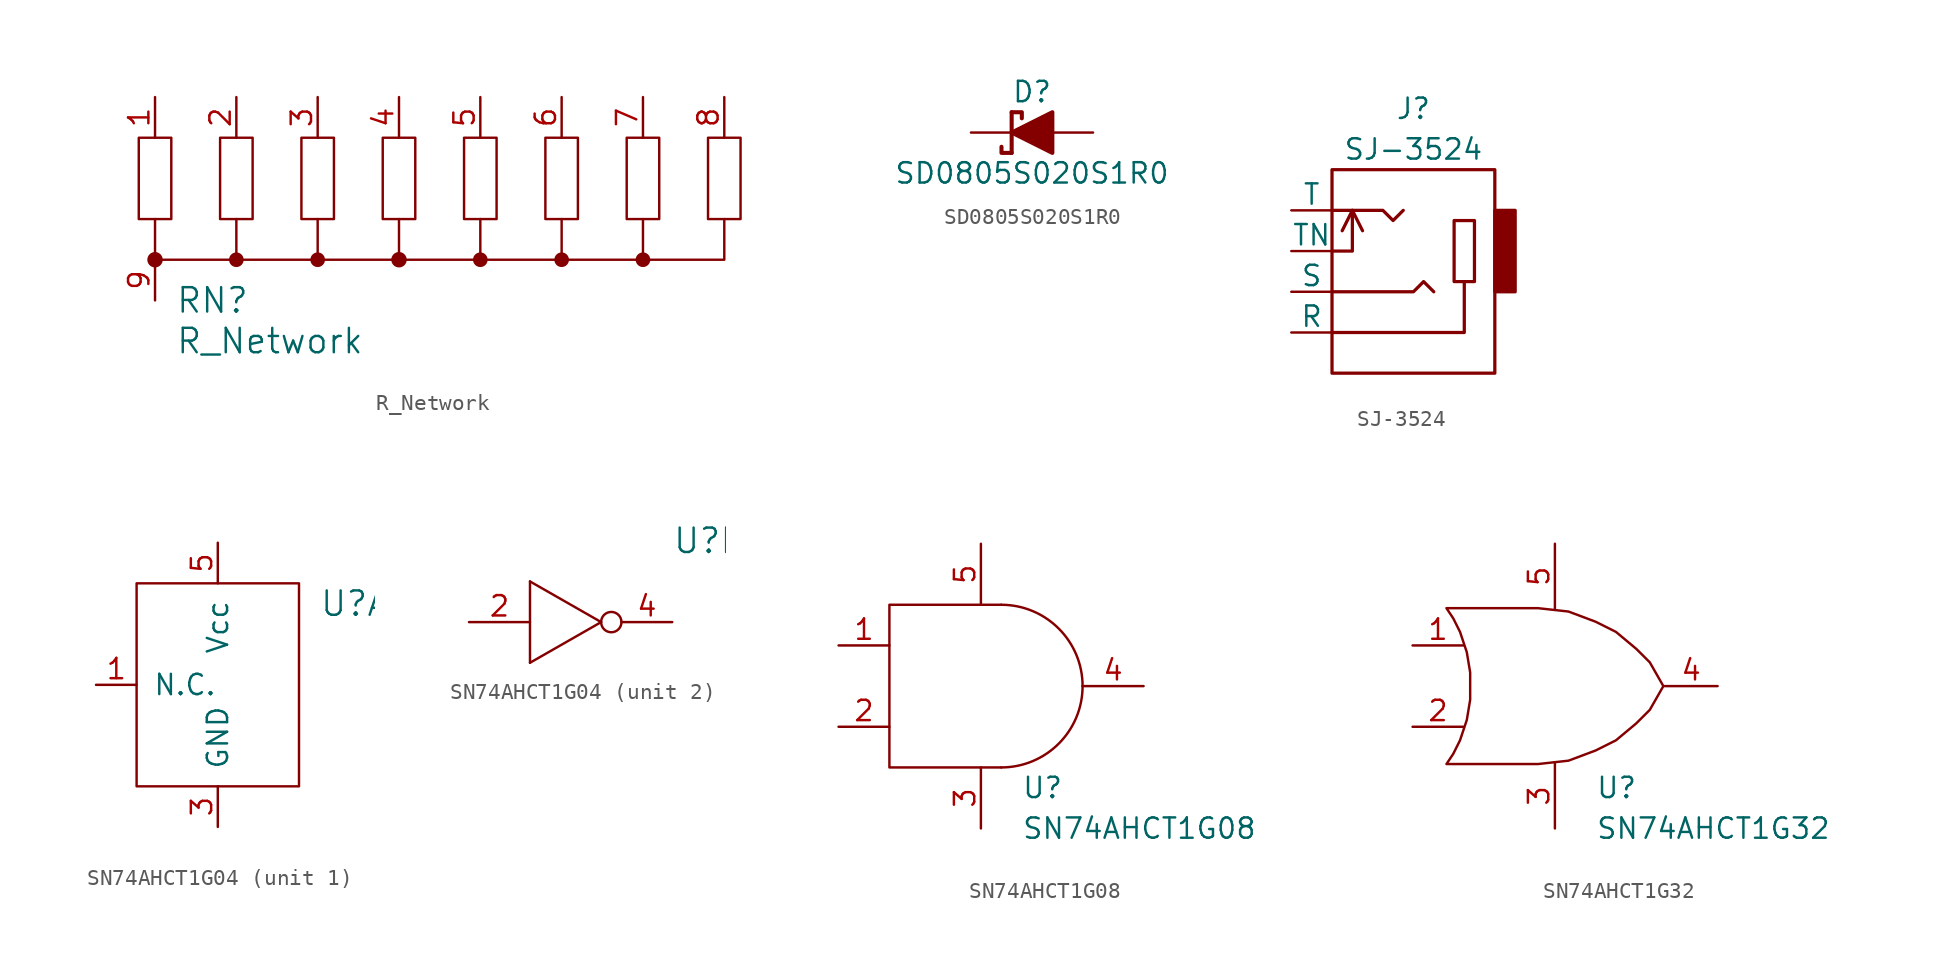
<source format=kicad_sym>
(kicad_symbol_lib
  (version 20231120)
  (generator "kicad_symbol_editor")
  (generator_version "8.0")
  (symbol "R_Network"
    (pin_names
      (offset 1.016))
    (property "Reference" "RN"
      (at -16.51 -7.62 0)
      (effects (font (size 1.524 1.524)) (justify left)))
    (property "Value" "R_Network"
      (at -16.51 -10.16 0)
      (effects (font (size 1.524 1.524)) (justify left)))
    (symbol "R_Network_0_1"
      (rectangle (start -18.796 2.54) (end -16.764 -2.54) (stroke (width 0) (type default)) (fill (type none)))
      (circle (center -17.78 -5.08) (radius 0.406) (stroke (width 0) (type default)) (fill (type outline)))
      (circle (center -12.7 -5.08) (radius 0.381) (stroke (width 0) (type default)) (fill (type outline)))
      (rectangle (start -11.684 2.54) (end -13.716 -2.54) (stroke (width 0) (type default)) (fill (type none)))
      (rectangle (start -8.636 2.54) (end -6.604 -2.54) (stroke (width 0) (type default)) (fill (type none)))
      (circle (center -7.62 -5.08) (radius 0.381) (stroke (width 0) (type default)) (fill (type outline)))
      (rectangle (start -3.556 2.54) (end -1.524 -2.54) (stroke (width 0) (type default)) (fill (type none)))
      (circle (center -2.54 -5.08) (radius 0.406) (stroke (width 0) (type default)) (fill (type outline)))
      (polyline (pts (xy -12.7 -2.54) (xy -12.7 -5.08)) (stroke (width 0) (type default)) (fill (type none)))
      (polyline (pts (xy -7.62 -2.54) (xy -7.62 -5.08)) (stroke (width 0) (type default)) (fill (type none)))
      (polyline (pts (xy -2.54 -2.54) (xy -2.54 -5.08)) (stroke (width 0) (type default)) (fill (type none)))
      (polyline (pts (xy 2.54 -2.54) (xy 2.54 -5.08)) (stroke (width 0) (type default)) (fill (type none)))
      (polyline (pts (xy 7.62 -2.54) (xy 7.62 -5.08)) (stroke (width 0) (type default)) (fill (type none)))
      (polyline (pts (xy 12.7 -2.54) (xy 12.7 -5.08)) (stroke (width 0) (type default)) (fill (type none)))
      (polyline (pts (xy 17.78 -2.54) (xy 17.78 -5.08) (xy -17.78 -5.08) (xy -17.78 -2.54)) (stroke (width 0) (type default)) (fill (type none)))
      (rectangle (start 1.524 2.54) (end 3.556 -2.54) (stroke (width 0) (type default)) (fill (type none)))
      (circle (center 2.54 -5.08) (radius 0.381) (stroke (width 0) (type default)) (fill (type outline)))
      (rectangle (start 6.604 2.54) (end 8.636 -2.54) (stroke (width 0) (type default)) (fill (type none)))
      (circle (center 7.62 -5.08) (radius 0.381) (stroke (width 0) (type default)) (fill (type outline)))
      (rectangle (start 11.684 2.54) (end 13.716 -2.54) (stroke (width 0) (type default)) (fill (type none)))
      (circle (center 12.7 -5.08) (radius 0.381) (stroke (width 0) (type default)) (fill (type outline)))
      (rectangle (start 16.764 2.54) (end 18.796 -2.54) (stroke (width 0) (type default)) (fill (type none))))
    (symbol "R_Network_1_1"
      (pin input line (at -17.78 5.08 270) (length 2.54) (name "~" (effects (font (size 1.27 1.27)))) (number "1" (effects (font (size 1.27 1.27)))))
      (pin input line (at -12.7 5.08 270) (length 2.54) (name "~" (effects (font (size 1.27 1.27)))) (number "2" (effects (font (size 1.27 1.27)))))
      (pin input line (at -7.62 5.08 270) (length 2.54) (name "~" (effects (font (size 1.27 1.27)))) (number "3" (effects (font (size 1.27 1.27)))))
      (pin input line (at -2.54 5.08 270) (length 2.54) (name "~" (effects (font (size 1.27 1.27)))) (number "4" (effects (font (size 1.27 1.27)))))
      (pin input line (at 2.54 5.08 270) (length 2.54) (name "~" (effects (font (size 1.27 1.27)))) (number "5" (effects (font (size 1.27 1.27)))))
      (pin input line (at 7.62 5.08 270) (length 2.54) (name "~" (effects (font (size 1.27 1.27)))) (number "6" (effects (font (size 1.27 1.27)))))
      (pin input line (at 12.7 5.08 270) (length 2.54) (name "~" (effects (font (size 1.27 1.27)))) (number "7" (effects (font (size 1.27 1.27)))))
      (pin input line (at 17.78 5.08 270) (length 2.54) (name "~" (effects (font (size 1.27 1.27)))) (number "8" (effects (font (size 1.27 1.27)))))
      (pin input line (at -17.78 -7.62 90) (length 2.54) (name "~" (effects (font (size 1.27 1.27)))) (number "9" (effects (font (size 1.27 1.27)))))))
  (symbol "SD0805S020S1R0"
    (pin_numbers hide)
    (pin_names hide)
    (property "Reference" "D"
      (at 0 2.54 0)
      (effects (font (size 1.27 1.27))))
    (property "Value" "SD0805S020S1R0"
      (at 0 -2.54 0)
      (effects (font (size 1.27 1.27))))
    (symbol "SD0805S020S1R0_0_1"
      (polyline (pts (xy -1.27 1.27) (xy -1.27 -1.27)) (stroke (width 0.254) (type default)) (fill (type none)))
      (polyline (pts (xy -1.27 -1.27) (xy -1.905 -1.27) (xy -1.905 -0.889)) (stroke (width 0.254) (type default)) (fill (type none)))
      (polyline (pts (xy -1.27 0) (xy 1.27 1.27) (xy 1.27 -1.27) (xy -1.27 0)) (stroke (width 0.254) (type default)) (fill (type outline)))
      (polyline (pts (xy -1.27 1.27) (xy -0.635 1.27) (xy -0.635 0.889) (xy -0.635 1.27)) (stroke (width 0.254) (type default)) (fill (type none))))
    (symbol "SD0805S020S1R0_1_1"
      (pin passive line (at -3.81 0 0) (length 2.54) (name "~" (effects (font (size 1.27 1.27)))) (number "1" (effects (font (size 1.27 1.27)))))
      (pin passive line (at 3.81 0 180) (length 2.54) (name "~" (effects (font (size 1.27 1.27)))) (number "2" (effects (font (size 1.27 1.27)))))))
  (symbol "SJ-3524"
    (pin_numbers hide)
    (pin_names
      (offset 0))
    (property "Reference" "J"
      (at 0 10.16 0)
      (effects (font (size 1.27 1.27))))
    (property "Value" "SJ-3524"
      (at 0 7.62 0)
      (effects (font (size 1.27 1.27))))
    (symbol "SJ-3524_0_1"
      (rectangle (start -5.08 6.35) (end 5.08 -6.35) (stroke (width 0.203) (type default)) (fill (type none)))
      (polyline (pts (xy -5.08 -3.81) (xy 3.175 -3.81) (xy 3.175 -0.635)) (stroke (width 0.203) (type default)) (fill (type none)))
      (polyline (pts (xy -5.08 1.27) (xy -3.81 1.27) (xy -3.81 3.81)) (stroke (width 0.203) (type default)) (fill (type none)))
      (polyline (pts (xy -4.445 2.54) (xy -3.81 3.81) (xy -3.175 2.54)) (stroke (width 0.203) (type default)) (fill (type none)))
      (polyline (pts (xy -5.08 -1.27) (xy 0 -1.27) (xy 0.635 -0.635) (xy 1.27 -1.27)) (stroke (width 0.203) (type default)) (fill (type none)))
      (polyline (pts (xy -5.08 3.81) (xy -1.905 3.81) (xy -1.27 3.175) (xy -0.635 3.81)) (stroke (width 0.203) (type default)) (fill (type none)))
      (rectangle (start 2.54 -0.635) (end 3.81 3.175) (stroke (width 0.203) (type default)) (fill (type none)))
      (rectangle (start 5.08 3.81) (end 6.35 -1.27) (stroke (width 0.203) (type default)) (fill (type outline))))
    (symbol "SJ-3524_1_1"
      (pin passive line (at -7.62 -3.81 0) (length 2.54) (name "R" (effects (font (size 1.27 1.27)))) (number "1" (effects (font (size 1.27 1.27)))))
      (pin passive line (at -7.62 3.81 0) (length 2.54) (name "T" (effects (font (size 1.27 1.27)))) (number "2" (effects (font (size 1.27 1.27)))))
      (pin passive line (at -7.62 -1.27 0) (length 2.54) (name "S" (effects (font (size 1.27 1.27)))) (number "3" (effects (font (size 1.27 1.27)))))
      (pin passive line (at -7.62 1.27 0) (length 2.54) (name "TN" (effects (font (size 1.27 1.27)))) (number "4" (effects (font (size 1.27 1.27)))))))
  (symbol "SN74AHCT1G04"
    (pin_names
      (offset 1.016))
    (property "Reference" "U"
      (at 6.35 5.08 0)
      (effects (font (size 1.524 1.524)) (justify left)))
    (property "ki_locked" ""
      (at 0 0 0)
      (effects (font (size 1.27 1.27))))
    (symbol "SN74AHCT1G04_1_1"
      (polyline (pts (xy -5.08 6.35) (xy 5.08 6.35) (xy 5.08 -6.35) (xy -5.08 -6.35) (xy -5.08 6.35)) (stroke (width 0) (type default)) (fill (type none)))
      (pin input line (at -7.62 0 0) (length 2.54) (name "N.C." (effects (font (size 1.27 1.27)))) (number "1" (effects (font (size 1.27 1.27)))))
      (pin input line (at 0 -8.89 90) (length 2.54) (name "GND" (effects (font (size 1.27 1.27)))) (number "3" (effects (font (size 1.27 1.27)))))
      (pin input line (at 0 8.89 270) (length 2.54) (name "Vcc" (effects (font (size 1.27 1.27)))) (number "5" (effects (font (size 1.27 1.27))))))
    (symbol "SN74AHCT1G04_2_1"
      (polyline (pts (xy -2.54 -2.54) (xy 1.905 0)) (stroke (width 0) (type default)) (fill (type none)))
      (polyline (pts (xy -2.54 2.54) (xy -2.54 -2.54)) (stroke (width 0) (type default)) (fill (type none)))
      (polyline (pts (xy -2.54 2.54) (xy 1.905 0)) (stroke (width 0) (type default)) (fill (type none)))
      (circle (center 2.54 0) (radius 0.635) (stroke (width 0) (type default)) (fill (type none)))
      (pin input line (at -6.35 0 0) (length 3.81) (name "~" (effects (font (size 1.27 1.27)))) (number "2" (effects (font (size 1.27 1.27)))))
      (pin input line (at 6.35 0 180) (length 3.175) (name "~" (effects (font (size 1.27 1.27)))) (number "4" (effects (font (size 1.27 1.27)))))))
  (symbol "SN74AHCT1G08"
    (property "Reference" "U"
      (at 2.54 -6.35 0)
      (effects (font (size 1.27 1.27)) (justify left)))
    (property "Value" "SN74AHCT1G08"
      (at 2.54 -8.89 0)
      (effects (font (size 1.27 1.27)) (justify left)))
    (symbol "SN74AHCT1G08_0_1"
      (polyline (pts (xy 1.27 5.08) (xy -5.715 5.08) (xy -5.715 -5.08) (xy 1.27 -5.08)) (stroke (width 0) (type default)) (fill (type none)))
      (arc (start 1.27 -5.08) (mid 4.8618 -3.5918) (end 6.35 0) (stroke (width 0) (type default)) (fill (type none)))
      (arc (start 6.35 0) (mid 4.8616 3.5916) (end 1.27 5.08) (stroke (width 0) (type default)) (fill (type none))))
    (symbol "SN74AHCT1G08_1_1"
      (pin input line (at -8.89 2.54 0) (length 3.175) (name "" (effects (font (size 1.27 1.27)))) (number "1" (effects (font (size 1.27 1.27)))))
      (pin input line (at -8.89 -2.54 0) (length 3.175) (name "" (effects (font (size 1.27 1.27)))) (number "2" (effects (font (size 1.27 1.27)))))
      (pin power_in line (at 0 -8.89 90) (length 3.81) (name "" (effects (font (size 1.27 1.27)))) (number "3" (effects (font (size 1.27 1.27)))))
      (pin output line (at 10.16 0 180) (length 3.81) (name "" (effects (font (size 1.27 1.27)))) (number "4" (effects (font (size 1.27 1.27)))))
      (pin power_in line (at 0 8.89 270) (length 3.81) (name "" (effects (font (size 1.27 1.27)))) (number "5" (effects (font (size 1.27 1.27)))))))
  (symbol "SN74AHCT1G32"
    (property "Reference" "U"
      (at 2.54 -6.35 0)
      (effects (font (size 1.27 1.27)) (justify left)))
    (property "Value" "SN74AHCT1G32"
      (at 2.54 -8.89 0)
      (effects (font (size 1.27 1.27)) (justify left)))
    (symbol "SN74AHCT1G32_0_1"
      (polyline (pts (xy 6.773 0) (xy 5.927 1.482) (xy 5.08 2.328) (xy 3.81 3.387) (xy 2.54 4.022) (xy 0.847 4.657) (xy -1.058 4.868) (xy -6.773 4.868) (xy -6.35 4.233) (xy -5.927 3.387) (xy -5.503 2.117) (xy -5.292 0.847) (xy -5.292 -0.847) (xy -5.503 -2.117) (xy -5.927 -3.387) (xy -6.35 -4.233) (xy -6.773 -4.868) (xy -1.058 -4.868) (xy 0.847 -4.657) (xy 2.54 -4.022) (xy 3.81 -3.387) (xy 5.08 -2.328) (xy 5.927 -1.482) (xy 6.773 0)) (stroke (width 0) (type default)) (fill (type none))))
    (symbol "SN74AHCT1G32_1_1"
      (pin input line (at -8.89 2.54 0) (length 3.175) (name "" (effects (font (size 1.27 1.27)))) (number "1" (effects (font (size 1.27 1.27)))))
      (pin input line (at -8.89 -2.54 0) (length 3.175) (name "" (effects (font (size 1.27 1.27)))) (number "2" (effects (font (size 1.27 1.27)))))
      (pin power_in line (at 0 -8.89 90) (length 4.064) (name "" (effects (font (size 1.27 1.27)))) (number "3" (effects (font (size 1.27 1.27)))))
      (pin output line (at 10.16 0 180) (length 3.302) (name "" (effects (font (size 1.27 1.27)))) (number "4" (effects (font (size 1.27 1.27)))))
      (pin power_in line (at 0 8.89 270) (length 4.064) (name "" (effects (font (size 1.27 1.27)))) (number "5" (effects (font (size 1.27 1.27))))))))
</source>
